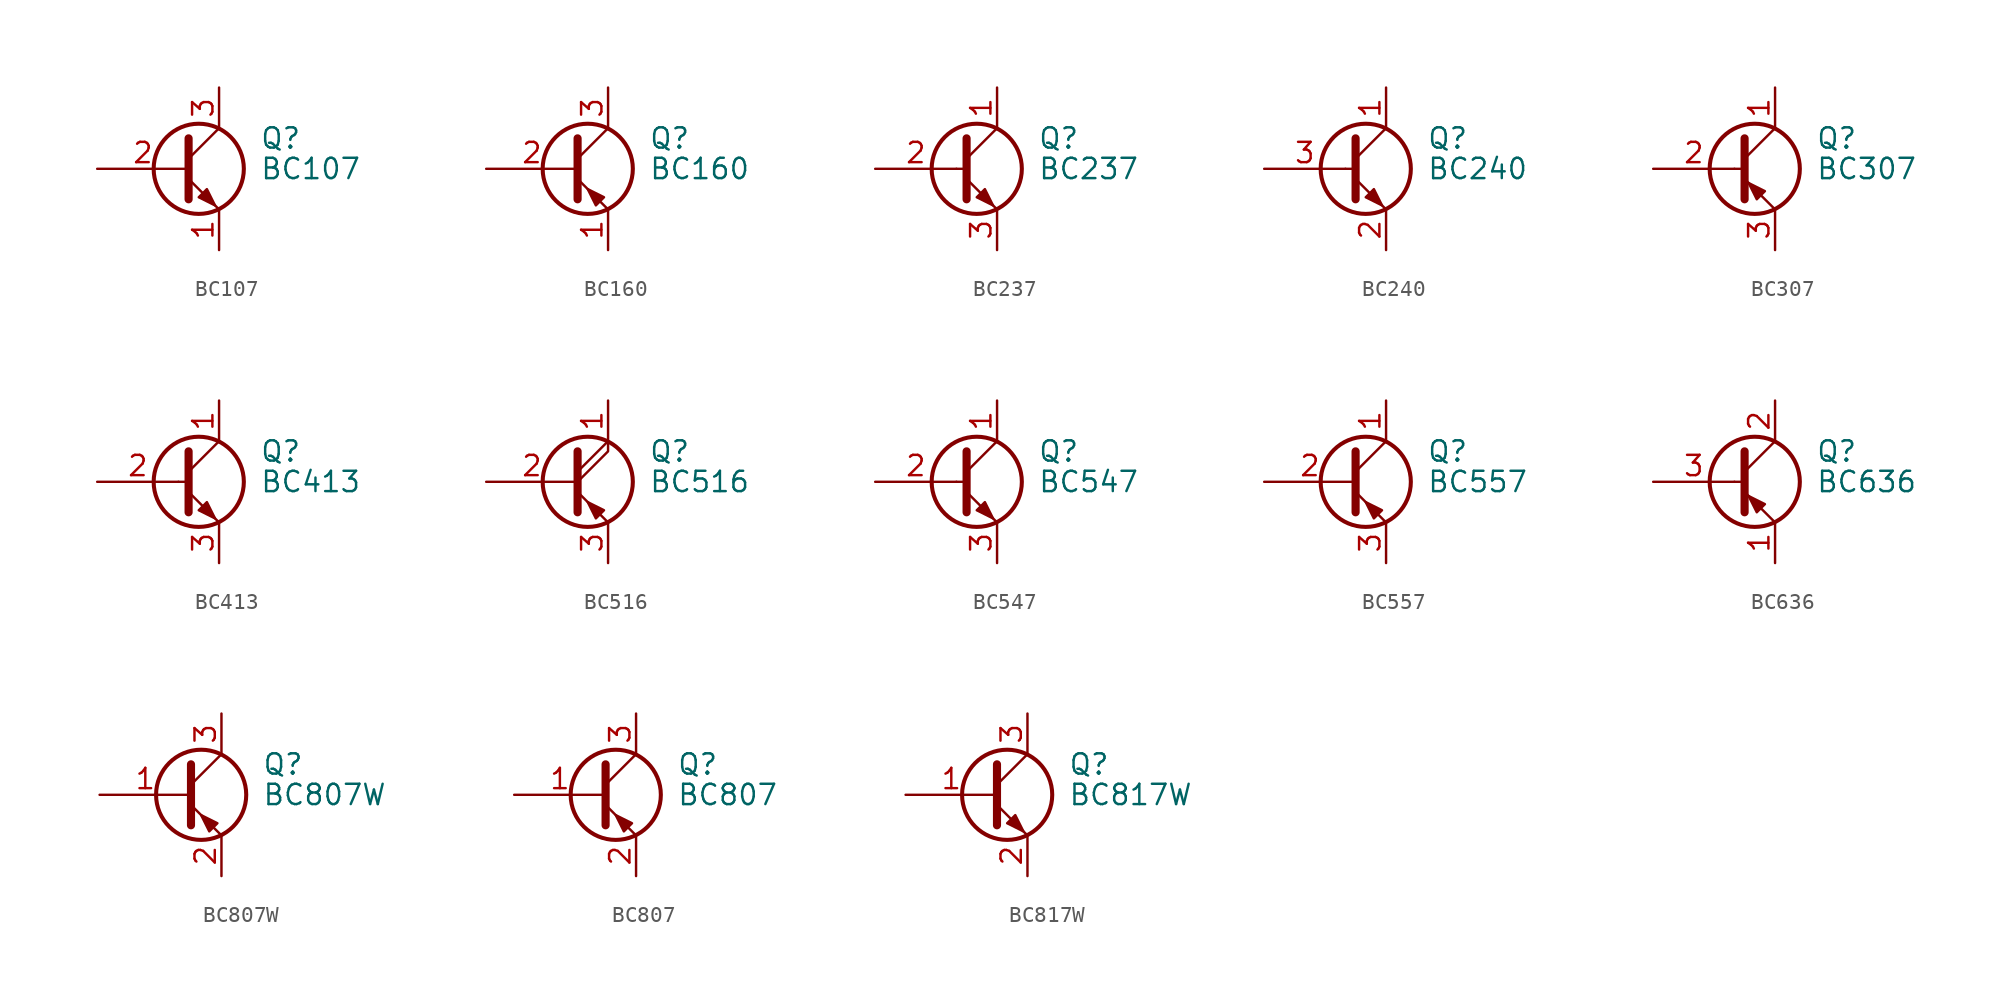
<source format=kicad_sym>
(kicad_symbol_lib
  (version 20220914)
  (generator kicad_symbol_editor)
  (symbol "BC107"
    (pin_names
      (offset 0) hide)
    (property "Reference" "Q"
      (at 5.08 1.905 0)
      (effects (font (size 1.27 1.27)) (justify left)))
    (property "Value" "BC107"
      (at 5.08 0 0)
      (effects (font (size 1.27 1.27)) (justify left)))
    (symbol "BC107_0_1"
      (polyline (pts (xy 0.635 0.635) (xy 2.54 2.54)) (stroke (width 0) (type solid)) (fill (type none)))
      (polyline (pts (xy 0.635 -0.635) (xy 2.54 -2.54) (xy 2.54 -2.54)) (stroke (width 0) (type solid)) (fill (type none)))
      (polyline (pts (xy 0.635 1.905) (xy 0.635 -1.905) (xy 0.635 -1.905)) (stroke (width 0.508) (type solid)) (fill (type none)))
      (polyline (pts (xy 1.27 -1.778) (xy 1.778 -1.27) (xy 2.286 -2.286) (xy 1.27 -1.778) (xy 1.27 -1.778)) (stroke (width 0) (type solid)) (fill (type outline)))
      (circle (center 1.27 0) (radius 2.819) (stroke (width 0.254) (type solid)) (fill (type none))))
    (symbol "BC107_1_1"
      (pin passive line (at 2.54 -5.08 90) (length 2.54) (name "E" (effects (font (size 1.27 1.27)))) (number "1" (effects (font (size 1.27 1.27)))))
      (pin input line (at -5.08 0 0) (length 5.715) (name "B" (effects (font (size 1.27 1.27)))) (number "2" (effects (font (size 1.27 1.27)))))
      (pin passive line (at 2.54 5.08 270) (length 2.54) (name "C" (effects (font (size 1.27 1.27)))) (number "3" (effects (font (size 1.27 1.27)))))))
  (symbol "BC160"
    (pin_names
      (offset 0) hide)
    (property "Reference" "Q"
      (at 5.08 1.905 0)
      (effects (font (size 1.27 1.27)) (justify left)))
    (property "Value" "BC160"
      (at 5.08 0 0)
      (effects (font (size 1.27 1.27)) (justify left)))
    (symbol "BC160_0_1"
      (polyline (pts (xy 0.635 0.635) (xy 2.54 2.54)) (stroke (width 0) (type solid)) (fill (type none)))
      (polyline (pts (xy 0.635 -0.635) (xy 2.54 -2.54) (xy 2.54 -2.54)) (stroke (width 0) (type solid)) (fill (type none)))
      (polyline (pts (xy 0.635 1.905) (xy 0.635 -1.905) (xy 0.635 -1.905)) (stroke (width 0.508) (type solid)) (fill (type none)))
      (polyline (pts (xy 2.286 -1.778) (xy 1.778 -2.286) (xy 1.27 -1.27) (xy 2.286 -1.778) (xy 2.286 -1.778)) (stroke (width 0) (type solid)) (fill (type outline)))
      (circle (center 1.27 0) (radius 2.819) (stroke (width 0.254) (type solid)) (fill (type none))))
    (symbol "BC160_1_1"
      (pin passive line (at 2.54 -5.08 90) (length 2.54) (name "E" (effects (font (size 1.27 1.27)))) (number "1" (effects (font (size 1.27 1.27)))))
      (pin input line (at -5.08 0 0) (length 5.715) (name "B" (effects (font (size 1.27 1.27)))) (number "2" (effects (font (size 1.27 1.27)))))
      (pin passive line (at 2.54 5.08 270) (length 2.54) (name "C" (effects (font (size 1.27 1.27)))) (number "3" (effects (font (size 1.27 1.27)))))))
  (symbol "BC237"
    (pin_names
      (offset 0) hide)
    (property "Reference" "Q"
      (at 5.08 1.905 0)
      (effects (font (size 1.27 1.27)) (justify left)))
    (property "Value" "BC237"
      (at 5.08 0 0)
      (effects (font (size 1.27 1.27)) (justify left)))
    (symbol "BC237_0_1"
      (polyline (pts (xy 0 0) (xy 0.635 0)) (stroke (width 0) (type solid)) (fill (type none)))
      (polyline (pts (xy 0.635 0.635) (xy 2.54 2.54)) (stroke (width 0) (type solid)) (fill (type none)))
      (polyline (pts (xy 0.635 -0.635) (xy 2.54 -2.54) (xy 2.54 -2.54)) (stroke (width 0) (type solid)) (fill (type none)))
      (polyline (pts (xy 0.635 1.905) (xy 0.635 -1.905) (xy 0.635 -1.905)) (stroke (width 0.508) (type solid)) (fill (type none)))
      (polyline (pts (xy 1.27 -1.778) (xy 1.778 -1.27) (xy 2.286 -2.286) (xy 1.27 -1.778) (xy 1.27 -1.778)) (stroke (width 0) (type solid)) (fill (type outline)))
      (circle (center 1.27 0) (radius 2.819) (stroke (width 0.254) (type solid)) (fill (type none))))
    (symbol "BC237_1_1"
      (pin passive line (at 2.54 5.08 270) (length 2.54) (name "C" (effects (font (size 1.27 1.27)))) (number "1" (effects (font (size 1.27 1.27)))))
      (pin input line (at -5.08 0 0) (length 5.08) (name "B" (effects (font (size 1.27 1.27)))) (number "2" (effects (font (size 1.27 1.27)))))
      (pin passive line (at 2.54 -5.08 90) (length 2.54) (name "E" (effects (font (size 1.27 1.27)))) (number "3" (effects (font (size 1.27 1.27)))))))
  (symbol "BC240"
    (pin_names
      (offset 0) hide)
    (property "Reference" "Q"
      (at 5.08 1.905 0)
      (effects (font (size 1.27 1.27)) (justify left)))
    (property "Value" "BC240"
      (at 5.08 0 0)
      (effects (font (size 1.27 1.27)) (justify left)))
    (symbol "BC240_0_1"
      (polyline (pts (xy 0 0) (xy 0.635 0)) (stroke (width 0) (type solid)) (fill (type none)))
      (polyline (pts (xy 0.635 0.635) (xy 2.54 2.54)) (stroke (width 0) (type solid)) (fill (type none)))
      (polyline (pts (xy 0.635 -0.635) (xy 2.54 -2.54) (xy 2.54 -2.54)) (stroke (width 0) (type solid)) (fill (type none)))
      (polyline (pts (xy 0.635 1.905) (xy 0.635 -1.905) (xy 0.635 -1.905)) (stroke (width 0.508) (type solid)) (fill (type none)))
      (polyline (pts (xy 1.27 -1.778) (xy 1.778 -1.27) (xy 2.286 -2.286) (xy 1.27 -1.778) (xy 1.27 -1.778)) (stroke (width 0) (type solid)) (fill (type outline)))
      (circle (center 1.27 0) (radius 2.819) (stroke (width 0.254) (type solid)) (fill (type none))))
    (symbol "BC240_1_1"
      (pin passive line (at 2.54 5.08 270) (length 2.54) (name "C" (effects (font (size 1.27 1.27)))) (number "1" (effects (font (size 1.27 1.27)))))
      (pin passive line (at 2.54 -5.08 90) (length 2.54) (name "E" (effects (font (size 1.27 1.27)))) (number "2" (effects (font (size 1.27 1.27)))))
      (pin input line (at -5.08 0 0) (length 5.08) (name "B" (effects (font (size 1.27 1.27)))) (number "3" (effects (font (size 1.27 1.27)))))))
  (symbol "BC307"
    (pin_names
      (offset 0) hide)
    (property "Reference" "Q"
      (at 5.08 1.905 0)
      (effects (font (size 1.27 1.27)) (justify left)))
    (property "Value" "BC307"
      (at 5.08 0 0)
      (effects (font (size 1.27 1.27)) (justify left)))
    (symbol "BC307_0_1"
      (polyline (pts (xy 0 0) (xy 0.635 0)) (stroke (width 0) (type solid)) (fill (type none)))
      (polyline (pts (xy 2.54 -2.54) (xy 0.635 -0.635)) (stroke (width 0) (type solid)) (fill (type none)))
      (polyline (pts (xy 2.54 2.54) (xy 0.635 0.635)) (stroke (width 0) (type solid)) (fill (type none)))
      (polyline (pts (xy 0.635 1.905) (xy 0.635 -1.905) (xy 0.635 -1.905)) (stroke (width 0.508) (type solid)) (fill (type outline)))
      (polyline (pts (xy 1.397 -1.905) (xy 1.905 -1.397) (xy 0.889 -0.889) (xy 1.397 -1.905) (xy 1.397 -1.905)) (stroke (width 0) (type solid)) (fill (type outline)))
      (circle (center 1.27 0) (radius 2.819) (stroke (width 0.254) (type solid)) (fill (type none))))
    (symbol "BC307_1_1"
      (pin passive line (at 2.54 5.08 270) (length 2.54) (name "C" (effects (font (size 1.27 1.27)))) (number "1" (effects (font (size 1.27 1.27)))))
      (pin input line (at -5.08 0 0) (length 5.08) (name "B" (effects (font (size 1.27 1.27)))) (number "2" (effects (font (size 1.27 1.27)))))
      (pin passive line (at 2.54 -5.08 90) (length 2.54) (name "E" (effects (font (size 1.27 1.27)))) (number "3" (effects (font (size 1.27 1.27)))))))
  (symbol "BC413"
    (pin_names
      (offset 0) hide)
    (property "Reference" "Q"
      (at 5.08 1.905 0)
      (effects (font (size 1.27 1.27)) (justify left)))
    (property "Value" "BC413"
      (at 5.08 0 0)
      (effects (font (size 1.27 1.27)) (justify left)))
    (symbol "BC413_0_1"
      (polyline (pts (xy 0 0) (xy 0.635 0)) (stroke (width 0) (type solid)) (fill (type none)))
      (polyline (pts (xy 0.635 0.635) (xy 2.54 2.54)) (stroke (width 0) (type solid)) (fill (type none)))
      (polyline (pts (xy 0.635 -0.635) (xy 2.54 -2.54) (xy 2.54 -2.54)) (stroke (width 0) (type solid)) (fill (type none)))
      (polyline (pts (xy 0.635 1.905) (xy 0.635 -1.905) (xy 0.635 -1.905)) (stroke (width 0.508) (type solid)) (fill (type none)))
      (polyline (pts (xy 1.27 -1.778) (xy 1.778 -1.27) (xy 2.286 -2.286) (xy 1.27 -1.778) (xy 1.27 -1.778)) (stroke (width 0) (type solid)) (fill (type outline)))
      (circle (center 1.27 0) (radius 2.819) (stroke (width 0.254) (type solid)) (fill (type none))))
    (symbol "BC413_1_1"
      (pin passive line (at 2.54 5.08 270) (length 2.54) (name "C" (effects (font (size 1.27 1.27)))) (number "1" (effects (font (size 1.27 1.27)))))
      (pin input line (at -5.08 0 0) (length 5.08) (name "B" (effects (font (size 1.27 1.27)))) (number "2" (effects (font (size 1.27 1.27)))))
      (pin passive line (at 2.54 -5.08 90) (length 2.54) (name "E" (effects (font (size 1.27 1.27)))) (number "3" (effects (font (size 1.27 1.27)))))))
  (symbol "BC516"
    (pin_names
      (offset 0) hide)
    (property "Reference" "Q"
      (at 5.08 1.905 0)
      (effects (font (size 1.27 1.27)) (justify left)))
    (property "Value" "BC516"
      (at 5.08 0 0)
      (effects (font (size 1.27 1.27)) (justify left)))
    (symbol "BC516_0_1"
      (polyline (pts (xy 0.635 0.635) (xy 2.54 2.54)) (stroke (width 0) (type solid)) (fill (type none)))
      (polyline (pts (xy 0.635 -0.635) (xy 2.54 -2.54) (xy 2.54 -2.54)) (stroke (width 0) (type solid)) (fill (type none)))
      (polyline (pts (xy 0.635 0) (xy 2.54 1.905) (xy 2.54 2.54)) (stroke (width 0) (type solid)) (fill (type none)))
      (polyline (pts (xy 0.635 1.905) (xy 0.635 -1.905) (xy 0.635 -1.905)) (stroke (width 0.508) (type solid)) (fill (type none)))
      (polyline (pts (xy 2.286 -1.778) (xy 1.778 -2.286) (xy 1.27 -1.27) (xy 2.286 -1.778) (xy 2.286 -1.778)) (stroke (width 0) (type solid)) (fill (type outline)))
      (circle (center 1.27 0) (radius 2.819) (stroke (width 0.254) (type solid)) (fill (type none))))
    (symbol "BC516_1_1"
      (pin passive line (at 2.54 5.08 270) (length 2.54) (name "C" (effects (font (size 1.27 1.27)))) (number "1" (effects (font (size 1.27 1.27)))))
      (pin input line (at -5.08 0 0) (length 5.715) (name "B" (effects (font (size 1.27 1.27)))) (number "2" (effects (font (size 1.27 1.27)))))
      (pin passive line (at 2.54 -5.08 90) (length 2.54) (name "E" (effects (font (size 1.27 1.27)))) (number "3" (effects (font (size 1.27 1.27)))))))
  (symbol "BC547"
    (pin_names
      (offset 0) hide)
    (property "Reference" "Q"
      (at 5.08 1.905 0)
      (effects (font (size 1.27 1.27)) (justify left)))
    (property "Value" "BC547"
      (at 5.08 0 0)
      (effects (font (size 1.27 1.27)) (justify left)))
    (symbol "BC547_0_1"
      (polyline (pts (xy 0 0) (xy 0.635 0)) (stroke (width 0) (type solid)) (fill (type none)))
      (polyline (pts (xy 0.635 0.635) (xy 2.54 2.54)) (stroke (width 0) (type solid)) (fill (type none)))
      (polyline (pts (xy 0.635 -0.635) (xy 2.54 -2.54) (xy 2.54 -2.54)) (stroke (width 0) (type solid)) (fill (type none)))
      (polyline (pts (xy 0.635 1.905) (xy 0.635 -1.905) (xy 0.635 -1.905)) (stroke (width 0.508) (type solid)) (fill (type none)))
      (polyline (pts (xy 1.27 -1.778) (xy 1.778 -1.27) (xy 2.286 -2.286) (xy 1.27 -1.778) (xy 1.27 -1.778)) (stroke (width 0) (type solid)) (fill (type outline)))
      (circle (center 1.27 0) (radius 2.819) (stroke (width 0.254) (type solid)) (fill (type none))))
    (symbol "BC547_1_1"
      (pin passive line (at 2.54 5.08 270) (length 2.54) (name "C" (effects (font (size 1.27 1.27)))) (number "1" (effects (font (size 1.27 1.27)))))
      (pin input line (at -5.08 0 0) (length 5.08) (name "B" (effects (font (size 1.27 1.27)))) (number "2" (effects (font (size 1.27 1.27)))))
      (pin passive line (at 2.54 -5.08 90) (length 2.54) (name "E" (effects (font (size 1.27 1.27)))) (number "3" (effects (font (size 1.27 1.27)))))))
  (symbol "BC557"
    (pin_names
      (offset 0) hide)
    (property "Reference" "Q"
      (at 5.08 1.905 0)
      (effects (font (size 1.27 1.27)) (justify left)))
    (property "Value" "BC557"
      (at 5.08 0 0)
      (effects (font (size 1.27 1.27)) (justify left)))
    (symbol "BC557_0_1"
      (polyline (pts (xy 0.635 0.635) (xy 2.54 2.54)) (stroke (width 0) (type solid)) (fill (type none)))
      (polyline (pts (xy 0.635 -0.635) (xy 2.54 -2.54) (xy 2.54 -2.54)) (stroke (width 0) (type solid)) (fill (type none)))
      (polyline (pts (xy 0.635 1.905) (xy 0.635 -1.905) (xy 0.635 -1.905)) (stroke (width 0.508) (type solid)) (fill (type none)))
      (polyline (pts (xy 2.286 -1.778) (xy 1.778 -2.286) (xy 1.27 -1.27) (xy 2.286 -1.778) (xy 2.286 -1.778)) (stroke (width 0) (type solid)) (fill (type outline)))
      (circle (center 1.27 0) (radius 2.819) (stroke (width 0.254) (type solid)) (fill (type none))))
    (symbol "BC557_1_1"
      (pin passive line (at 2.54 5.08 270) (length 2.54) (name "C" (effects (font (size 1.27 1.27)))) (number "1" (effects (font (size 1.27 1.27)))))
      (pin input line (at -5.08 0 0) (length 5.715) (name "B" (effects (font (size 1.27 1.27)))) (number "2" (effects (font (size 1.27 1.27)))))
      (pin passive line (at 2.54 -5.08 90) (length 2.54) (name "E" (effects (font (size 1.27 1.27)))) (number "3" (effects (font (size 1.27 1.27)))))))
  (symbol "BC636"
    (pin_names
      (offset 0) hide)
    (property "Reference" "Q"
      (at 5.08 1.905 0)
      (effects (font (size 1.27 1.27)) (justify left)))
    (property "Value" "BC636"
      (at 5.08 0 0)
      (effects (font (size 1.27 1.27)) (justify left)))
    (symbol "BC636_0_1"
      (polyline (pts (xy 0 0) (xy 0.635 0)) (stroke (width 0) (type solid)) (fill (type none)))
      (polyline (pts (xy 2.54 -2.54) (xy 0.635 -0.635)) (stroke (width 0) (type solid)) (fill (type none)))
      (polyline (pts (xy 2.54 2.54) (xy 0.635 0.635)) (stroke (width 0) (type solid)) (fill (type none)))
      (polyline (pts (xy 0.635 1.905) (xy 0.635 -1.905) (xy 0.635 -1.905)) (stroke (width 0.508) (type solid)) (fill (type outline)))
      (polyline (pts (xy 1.397 -1.905) (xy 1.905 -1.397) (xy 0.889 -0.889) (xy 1.397 -1.905) (xy 1.397 -1.905)) (stroke (width 0) (type solid)) (fill (type outline)))
      (circle (center 1.27 0) (radius 2.819) (stroke (width 0.254) (type solid)) (fill (type none))))
    (symbol "BC636_1_1"
      (pin passive line (at 2.54 -5.08 90) (length 2.54) (name "E" (effects (font (size 1.27 1.27)))) (number "1" (effects (font (size 1.27 1.27)))))
      (pin passive line (at 2.54 5.08 270) (length 2.54) (name "C" (effects (font (size 1.27 1.27)))) (number "2" (effects (font (size 1.27 1.27)))))
      (pin input line (at -5.08 0 0) (length 5.08) (name "B" (effects (font (size 1.27 1.27)))) (number "3" (effects (font (size 1.27 1.27)))))))
  (symbol "BC807W"
    (pin_names
      (offset 0) hide)
    (property "Reference" "Q"
      (at 5.08 1.905 0)
      (effects (font (size 1.27 1.27)) (justify left)))
    (property "Value" "BC807W"
      (at 5.08 0 0)
      (effects (font (size 1.27 1.27)) (justify left)))
    (symbol "BC807W_0_1"
      (polyline (pts (xy 0.635 0.635) (xy 2.54 2.54)) (stroke (width 0) (type solid)) (fill (type none)))
      (polyline (pts (xy 0.635 -0.635) (xy 2.54 -2.54) (xy 2.54 -2.54)) (stroke (width 0) (type solid)) (fill (type none)))
      (polyline (pts (xy 0.635 1.905) (xy 0.635 -1.905) (xy 0.635 -1.905)) (stroke (width 0.508) (type solid)) (fill (type none)))
      (polyline (pts (xy 2.286 -1.778) (xy 1.778 -2.286) (xy 1.27 -1.27) (xy 2.286 -1.778) (xy 2.286 -1.778)) (stroke (width 0) (type solid)) (fill (type outline)))
      (circle (center 1.27 0) (radius 2.819) (stroke (width 0.254) (type solid)) (fill (type none))))
    (symbol "BC807W_1_1"
      (pin input line (at -5.08 0 0) (length 5.715) (name "B" (effects (font (size 1.27 1.27)))) (number "1" (effects (font (size 1.27 1.27)))))
      (pin passive line (at 2.54 -5.08 90) (length 2.54) (name "E" (effects (font (size 1.27 1.27)))) (number "2" (effects (font (size 1.27 1.27)))))
      (pin passive line (at 2.54 5.08 270) (length 2.54) (name "C" (effects (font (size 1.27 1.27)))) (number "3" (effects (font (size 1.27 1.27)))))))
  (symbol "BC807"
    (pin_names
      (offset 0) hide)
    (property "Reference" "Q"
      (at 5.08 1.905 0)
      (effects (font (size 1.27 1.27)) (justify left)))
    (property "Value" "BC807"
      (at 5.08 0 0)
      (effects (font (size 1.27 1.27)) (justify left)))
    (symbol "BC807_0_1"
      (polyline (pts (xy 0.635 0.635) (xy 2.54 2.54)) (stroke (width 0) (type solid)) (fill (type none)))
      (polyline (pts (xy 0.635 -0.635) (xy 2.54 -2.54) (xy 2.54 -2.54)) (stroke (width 0) (type solid)) (fill (type none)))
      (polyline (pts (xy 0.635 1.905) (xy 0.635 -1.905) (xy 0.635 -1.905)) (stroke (width 0.508) (type solid)) (fill (type none)))
      (polyline (pts (xy 2.286 -1.778) (xy 1.778 -2.286) (xy 1.27 -1.27) (xy 2.286 -1.778) (xy 2.286 -1.778)) (stroke (width 0) (type solid)) (fill (type outline)))
      (circle (center 1.27 0) (radius 2.819) (stroke (width 0.254) (type solid)) (fill (type none))))
    (symbol "BC807_1_1"
      (pin input line (at -5.08 0 0) (length 5.715) (name "B" (effects (font (size 1.27 1.27)))) (number "1" (effects (font (size 1.27 1.27)))))
      (pin passive line (at 2.54 -5.08 90) (length 2.54) (name "E" (effects (font (size 1.27 1.27)))) (number "2" (effects (font (size 1.27 1.27)))))
      (pin passive line (at 2.54 5.08 270) (length 2.54) (name "C" (effects (font (size 1.27 1.27)))) (number "3" (effects (font (size 1.27 1.27)))))))
  (symbol "BC817W"
    (pin_names
      (offset 0) hide)
    (property "Reference" "Q"
      (at 5.08 1.905 0)
      (effects (font (size 1.27 1.27)) (justify left)))
    (property "Value" "BC817W"
      (at 5.08 0 0)
      (effects (font (size 1.27 1.27)) (justify left)))
    (symbol "BC817W_0_1"
      (polyline (pts (xy 0.635 0.635) (xy 2.54 2.54)) (stroke (width 0) (type solid)) (fill (type none)))
      (polyline (pts (xy 0.635 -0.635) (xy 2.54 -2.54) (xy 2.54 -2.54)) (stroke (width 0) (type solid)) (fill (type none)))
      (polyline (pts (xy 0.635 1.905) (xy 0.635 -1.905) (xy 0.635 -1.905)) (stroke (width 0.508) (type solid)) (fill (type none)))
      (polyline (pts (xy 1.27 -1.778) (xy 1.778 -1.27) (xy 2.286 -2.286) (xy 1.27 -1.778) (xy 1.27 -1.778)) (stroke (width 0) (type solid)) (fill (type outline)))
      (circle (center 1.27 0) (radius 2.819) (stroke (width 0.254) (type solid)) (fill (type none))))
    (symbol "BC817W_1_1"
      (pin input line (at -5.08 0 0) (length 5.715) (name "B" (effects (font (size 1.27 1.27)))) (number "1" (effects (font (size 1.27 1.27)))))
      (pin passive line (at 2.54 -5.08 90) (length 2.54) (name "E" (effects (font (size 1.27 1.27)))) (number "2" (effects (font (size 1.27 1.27)))))
      (pin passive line (at 2.54 5.08 270) (length 2.54) (name "C" (effects (font (size 1.27 1.27)))) (number "3" (effects (font (size 1.27 1.27))))))))
</source>
